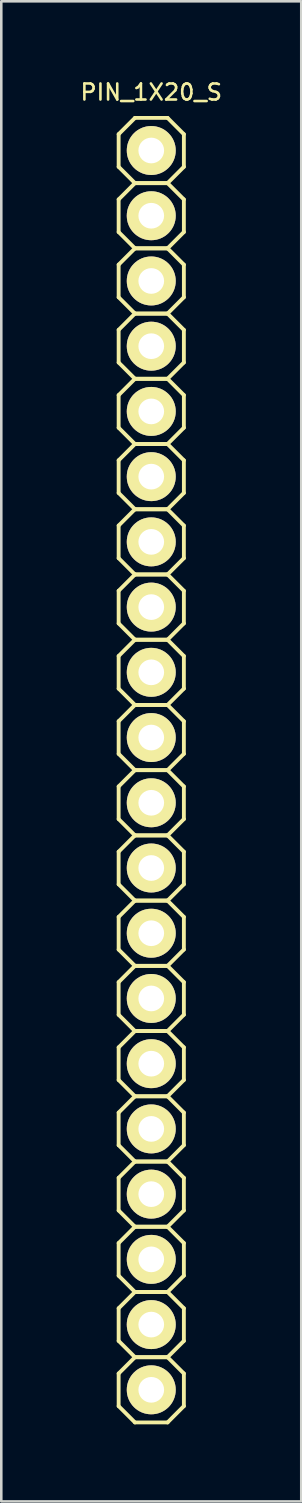
<source format=kicad_pcb>
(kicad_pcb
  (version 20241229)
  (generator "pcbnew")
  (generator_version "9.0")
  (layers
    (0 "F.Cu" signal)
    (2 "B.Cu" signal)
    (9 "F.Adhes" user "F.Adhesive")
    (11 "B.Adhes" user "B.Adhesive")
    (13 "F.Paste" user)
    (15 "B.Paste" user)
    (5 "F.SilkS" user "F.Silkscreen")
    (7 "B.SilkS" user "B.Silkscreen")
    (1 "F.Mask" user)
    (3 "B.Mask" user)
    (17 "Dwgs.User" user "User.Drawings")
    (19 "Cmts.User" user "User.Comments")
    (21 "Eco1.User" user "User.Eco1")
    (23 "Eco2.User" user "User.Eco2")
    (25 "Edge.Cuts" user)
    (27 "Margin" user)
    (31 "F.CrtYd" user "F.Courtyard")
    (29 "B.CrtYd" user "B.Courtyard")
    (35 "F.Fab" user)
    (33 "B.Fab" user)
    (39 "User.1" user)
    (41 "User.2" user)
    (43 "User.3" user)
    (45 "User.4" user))
  (footprint "PIN_1X20_S"
    (layer "F.Cu")
    (at 2.84 26.941)
    (property "Reference" "PIN_1X20_S" (at 0 -26.4 0) (layer "F.SilkS") (effects (font (size 0.625 0.625) (thickness 0.1))))
    (attr through_hole)
    (fp_line (start -1.27 -24.765) (end -1.27 -23.495) (stroke (width 0.15) (type solid)) (layer "F.SilkS"))
    (fp_line (start -1.27 -23.495) (end -0.635 -22.86) (stroke (width 0.15) (type solid)) (layer "F.SilkS"))
    (fp_line (start -1.27 -22.225) (end -1.27 -20.955) (stroke (width 0.15) (type solid)) (layer "F.SilkS"))
    (fp_line (start -1.27 -20.955) (end -0.635 -20.32) (stroke (width 0.15) (type solid)) (layer "F.SilkS"))
    (fp_line (start -1.27 -19.685) (end -1.27 -18.415) (stroke (width 0.15) (type solid)) (layer "F.SilkS"))
    (fp_line (start -1.27 -18.415) (end -0.635 -17.78) (stroke (width 0.15) (type solid)) (layer "F.SilkS"))
    (fp_line (start -1.27 -17.145) (end -1.27 -15.875) (stroke (width 0.15) (type solid)) (layer "F.SilkS"))
    (fp_line (start -1.27 -15.875) (end -0.635 -15.24) (stroke (width 0.15) (type solid)) (layer "F.SilkS"))
    (fp_line (start -1.27 -14.605) (end -1.27 -13.335) (stroke (width 0.15) (type solid)) (layer "F.SilkS"))
    (fp_line (start -1.27 -13.335) (end -0.635 -12.7) (stroke (width 0.15) (type solid)) (layer "F.SilkS"))
    (fp_line (start -1.27 -12.065) (end -1.27 -10.795) (stroke (width 0.15) (type solid)) (layer "F.SilkS"))
    (fp_line (start -1.27 -10.795) (end -0.635 -10.16) (stroke (width 0.15) (type solid)) (layer "F.SilkS"))
    (fp_line (start -1.27 -9.525) (end -1.27 -8.255) (stroke (width 0.15) (type solid)) (layer "F.SilkS"))
    (fp_line (start -1.27 -8.255) (end -0.635 -7.62) (stroke (width 0.15) (type solid)) (layer "F.SilkS"))
    (fp_line (start -1.27 -6.985) (end -1.27 -5.715) (stroke (width 0.15) (type solid)) (layer "F.SilkS"))
    (fp_line (start -1.27 -5.715) (end -0.635 -5.08) (stroke (width 0.15) (type solid)) (layer "F.SilkS"))
    (fp_line (start -1.27 -4.445) (end -1.27 -3.175) (stroke (width 0.15) (type solid)) (layer "F.SilkS"))
    (fp_line (start -1.27 -3.175) (end -0.635 -2.54) (stroke (width 0.15) (type solid)) (layer "F.SilkS"))
    (fp_line (start -1.27 -1.905) (end -1.27 -0.635) (stroke (width 0.15) (type solid)) (layer "F.SilkS"))
    (fp_line (start -1.27 -0.635) (end -0.635 0) (stroke (width 0.15) (type solid)) (layer "F.SilkS"))
    (fp_line (start -1.27 0.635) (end -1.27 1.905) (stroke (width 0.15) (type solid)) (layer "F.SilkS"))
    (fp_line (start -1.27 1.905) (end -0.635 2.54) (stroke (width 0.15) (type solid)) (layer "F.SilkS"))
    (fp_line (start -1.27 3.175) (end -1.27 4.445) (stroke (width 0.15) (type solid)) (layer "F.SilkS"))
    (fp_line (start -1.27 4.445) (end -0.635 5.08) (stroke (width 0.15) (type solid)) (layer "F.SilkS"))
    (fp_line (start -1.27 5.715) (end -1.27 6.985) (stroke (width 0.15) (type solid)) (layer "F.SilkS"))
    (fp_line (start -1.27 6.985) (end -0.635 7.62) (stroke (width 0.15) (type solid)) (layer "F.SilkS"))
    (fp_line (start -1.27 8.255) (end -1.27 9.525) (stroke (width 0.15) (type solid)) (layer "F.SilkS"))
    (fp_line (start -1.27 9.525) (end -0.635 10.16) (stroke (width 0.15) (type solid)) (layer "F.SilkS"))
    (fp_line (start -1.27 10.795) (end -1.27 12.065) (stroke (width 0.15) (type solid)) (layer "F.SilkS"))
    (fp_line (start -1.27 12.065) (end -0.635 12.7) (stroke (width 0.15) (type solid)) (layer "F.SilkS"))
    (fp_line (start -1.27 13.335) (end -1.27 14.605) (stroke (width 0.15) (type solid)) (layer "F.SilkS"))
    (fp_line (start -1.27 14.605) (end -0.635 15.24) (stroke (width 0.15) (type solid)) (layer "F.SilkS"))
    (fp_line (start -1.27 15.875) (end -1.27 17.145) (stroke (width 0.15) (type solid)) (layer "F.SilkS"))
    (fp_line (start -1.27 17.145) (end -0.635 17.78) (stroke (width 0.15) (type solid)) (layer "F.SilkS"))
    (fp_line (start -1.27 18.415) (end -1.27 19.685) (stroke (width 0.15) (type solid)) (layer "F.SilkS"))
    (fp_line (start -1.27 19.685) (end -0.635 20.32) (stroke (width 0.15) (type solid)) (layer "F.SilkS"))
    (fp_line (start -1.27 20.955) (end -1.27 22.225) (stroke (width 0.15) (type solid)) (layer "F.SilkS"))
    (fp_line (start -1.27 22.225) (end -0.635 22.86) (stroke (width 0.15) (type solid)) (layer "F.SilkS"))
    (fp_line (start -1.27 23.495) (end -1.27 24.765) (stroke (width 0.15) (type solid)) (layer "F.SilkS"))
    (fp_line (start -1.27 24.765) (end -0.635 25.4) (stroke (width 0.15) (type solid)) (layer "F.SilkS"))
    (fp_line (start -0.635 -25.4) (end -1.27 -24.765) (stroke (width 0.15) (type solid)) (layer "F.SilkS"))
    (fp_line (start -0.635 -22.86) (end -1.27 -22.225) (stroke (width 0.15) (type solid)) (layer "F.SilkS"))
    (fp_line (start -0.635 -22.86) (end 0.635 -22.86) (stroke (width 0.15) (type solid)) (layer "F.SilkS"))
    (fp_line (start -0.635 -20.32) (end -1.27 -19.685) (stroke (width 0.15) (type solid)) (layer "F.SilkS"))
    (fp_line (start -0.635 -20.32) (end 0.635 -20.32) (stroke (width 0.15) (type solid)) (layer "F.SilkS"))
    (fp_line (start -0.635 -17.78) (end -1.27 -17.145) (stroke (width 0.15) (type solid)) (layer "F.SilkS"))
    (fp_line (start -0.635 -17.78) (end 0.635 -17.78) (stroke (width 0.15) (type solid)) (layer "F.SilkS"))
    (fp_line (start -0.635 -15.24) (end -1.27 -14.605) (stroke (width 0.15) (type solid)) (layer "F.SilkS"))
    (fp_line (start -0.635 -15.24) (end 0.635 -15.24) (stroke (width 0.15) (type solid)) (layer "F.SilkS"))
    (fp_line (start -0.635 -12.7) (end -1.27 -12.065) (stroke (width 0.15) (type solid)) (layer "F.SilkS"))
    (fp_line (start -0.635 -12.7) (end 0.635 -12.7) (stroke (width 0.15) (type solid)) (layer "F.SilkS"))
    (fp_line (start -0.635 -10.16) (end -1.27 -9.525) (stroke (width 0.15) (type solid)) (layer "F.SilkS"))
    (fp_line (start -0.635 -10.16) (end 0.635 -10.16) (stroke (width 0.15) (type solid)) (layer "F.SilkS"))
    (fp_line (start -0.635 -7.62) (end -1.27 -6.985) (stroke (width 0.15) (type solid)) (layer "F.SilkS"))
    (fp_line (start -0.635 -7.62) (end 0.635 -7.62) (stroke (width 0.15) (type solid)) (layer "F.SilkS"))
    (fp_line (start -0.635 -5.08) (end -1.27 -4.445) (stroke (width 0.15) (type solid)) (layer "F.SilkS"))
    (fp_line (start -0.635 -5.08) (end 0.635 -5.08) (stroke (width 0.15) (type solid)) (layer "F.SilkS"))
    (fp_line (start -0.635 -2.54) (end -1.27 -1.905) (stroke (width 0.15) (type solid)) (layer "F.SilkS"))
    (fp_line (start -0.635 -2.54) (end 0.635 -2.54) (stroke (width 0.15) (type solid)) (layer "F.SilkS"))
    (fp_line (start -0.635 0) (end -1.27 0.635) (stroke (width 0.15) (type solid)) (layer "F.SilkS"))
    (fp_line (start -0.635 0) (end 0.635 0) (stroke (width 0.15) (type solid)) (layer "F.SilkS"))
    (fp_line (start -0.635 2.54) (end -1.27 3.175) (stroke (width 0.15) (type solid)) (layer "F.SilkS"))
    (fp_line (start -0.635 2.54) (end 0.635 2.54) (stroke (width 0.15) (type solid)) (layer "F.SilkS"))
    (fp_line (start -0.635 5.08) (end -1.27 5.715) (stroke (width 0.15) (type solid)) (layer "F.SilkS"))
    (fp_line (start -0.635 5.08) (end 0.635 5.08) (stroke (width 0.15) (type solid)) (layer "F.SilkS"))
    (fp_line (start -0.635 7.62) (end -1.27 8.255) (stroke (width 0.15) (type solid)) (layer "F.SilkS"))
    (fp_line (start -0.635 7.62) (end 0.635 7.62) (stroke (width 0.15) (type solid)) (layer "F.SilkS"))
    (fp_line (start -0.635 10.16) (end -1.27 10.795) (stroke (width 0.15) (type solid)) (layer "F.SilkS"))
    (fp_line (start -0.635 10.16) (end 0.635 10.16) (stroke (width 0.15) (type solid)) (layer "F.SilkS"))
    (fp_line (start -0.635 12.7) (end -1.27 13.335) (stroke (width 0.15) (type solid)) (layer "F.SilkS"))
    (fp_line (start -0.635 12.7) (end 0.635 12.7) (stroke (width 0.15) (type solid)) (layer "F.SilkS"))
    (fp_line (start -0.635 15.24) (end -1.27 15.875) (stroke (width 0.15) (type solid)) (layer "F.SilkS"))
    (fp_line (start -0.635 15.24) (end 0.635 15.24) (stroke (width 0.15) (type solid)) (layer "F.SilkS"))
    (fp_line (start -0.635 17.78) (end -1.27 18.415) (stroke (width 0.15) (type solid)) (layer "F.SilkS"))
    (fp_line (start -0.635 17.78) (end 0.635 17.78) (stroke (width 0.15) (type solid)) (layer "F.SilkS"))
    (fp_line (start -0.635 20.32) (end -1.27 20.955) (stroke (width 0.15) (type solid)) (layer "F.SilkS"))
    (fp_line (start -0.635 20.32) (end 0.635 20.32) (stroke (width 0.15) (type solid)) (layer "F.SilkS"))
    (fp_line (start -0.635 22.86) (end -1.27 23.495) (stroke (width 0.15) (type solid)) (layer "F.SilkS"))
    (fp_line (start -0.635 22.86) (end 0.635 22.86) (stroke (width 0.15) (type solid)) (layer "F.SilkS"))
    (fp_line (start -0.635 25.4) (end 0.635 25.4) (stroke (width 0.15) (type solid)) (layer "F.SilkS"))
    (fp_line (start 0.635 -25.4) (end -0.635 -25.4) (stroke (width 0.15) (type solid)) (layer "F.SilkS"))
    (fp_line (start 0.635 -22.86) (end -0.635 -22.86) (stroke (width 0.15) (type solid)) (layer "F.SilkS"))
    (fp_line (start 0.635 -22.86) (end 1.27 -23.495) (stroke (width 0.15) (type solid)) (layer "F.SilkS"))
    (fp_line (start 0.635 -20.32) (end -0.635 -20.32) (stroke (width 0.15) (type solid)) (layer "F.SilkS"))
    (fp_line (start 0.635 -20.32) (end 1.27 -20.955) (stroke (width 0.15) (type solid)) (layer "F.SilkS"))
    (fp_line (start 0.635 -17.78) (end -0.635 -17.78) (stroke (width 0.15) (type solid)) (layer "F.SilkS"))
    (fp_line (start 0.635 -17.78) (end 1.27 -18.415) (stroke (width 0.15) (type solid)) (layer "F.SilkS"))
    (fp_line (start 0.635 -15.24) (end -0.635 -15.24) (stroke (width 0.15) (type solid)) (layer "F.SilkS"))
    (fp_line (start 0.635 -15.24) (end 1.27 -15.875) (stroke (width 0.15) (type solid)) (layer "F.SilkS"))
    (fp_line (start 0.635 -12.7) (end -0.635 -12.7) (stroke (width 0.15) (type solid)) (layer "F.SilkS"))
    (fp_line (start 0.635 -12.7) (end 1.27 -13.335) (stroke (width 0.15) (type solid)) (layer "F.SilkS"))
    (fp_line (start 0.635 -10.16) (end -0.635 -10.16) (stroke (width 0.15) (type solid)) (layer "F.SilkS"))
    (fp_line (start 0.635 -10.16) (end 1.27 -10.795) (stroke (width 0.15) (type solid)) (layer "F.SilkS"))
    (fp_line (start 0.635 -7.62) (end -0.635 -7.62) (stroke (width 0.15) (type solid)) (layer "F.SilkS"))
    (fp_line (start 0.635 -7.62) (end 1.27 -8.255) (stroke (width 0.15) (type solid)) (layer "F.SilkS"))
    (fp_line (start 0.635 -5.08) (end -0.635 -5.08) (stroke (width 0.15) (type solid)) (layer "F.SilkS"))
    (fp_line (start 0.635 -5.08) (end 1.27 -5.715) (stroke (width 0.15) (type solid)) (layer "F.SilkS"))
    (fp_line (start 0.635 -2.54) (end -0.635 -2.54) (stroke (width 0.15) (type solid)) (layer "F.SilkS"))
    (fp_line (start 0.635 -2.54) (end 1.27 -3.175) (stroke (width 0.15) (type solid)) (layer "F.SilkS"))
    (fp_line (start 0.635 0) (end -0.635 0) (stroke (width 0.15) (type solid)) (layer "F.SilkS"))
    (fp_line (start 0.635 0) (end 1.27 -0.635) (stroke (width 0.15) (type solid)) (layer "F.SilkS"))
    (fp_line (start 0.635 2.54) (end -0.635 2.54) (stroke (width 0.15) (type solid)) (layer "F.SilkS"))
    (fp_line (start 0.635 2.54) (end 1.27 1.905) (stroke (width 0.15) (type solid)) (layer "F.SilkS"))
    (fp_line (start 0.635 5.08) (end -0.635 5.08) (stroke (width 0.15) (type solid)) (layer "F.SilkS"))
    (fp_line (start 0.635 5.08) (end 1.27 4.445) (stroke (width 0.15) (type solid)) (layer "F.SilkS"))
    (fp_line (start 0.635 7.62) (end -0.635 7.62) (stroke (width 0.15) (type solid)) (layer "F.SilkS"))
    (fp_line (start 0.635 7.62) (end 1.27 6.985) (stroke (width 0.15) (type solid)) (layer "F.SilkS"))
    (fp_line (start 0.635 10.16) (end -0.635 10.16) (stroke (width 0.15) (type solid)) (layer "F.SilkS"))
    (fp_line (start 0.635 10.16) (end 1.27 9.525) (stroke (width 0.15) (type solid)) (layer "F.SilkS"))
    (fp_line (start 0.635 12.7) (end -0.635 12.7) (stroke (width 0.15) (type solid)) (layer "F.SilkS"))
    (fp_line (start 0.635 12.7) (end 1.27 12.065) (stroke (width 0.15) (type solid)) (layer "F.SilkS"))
    (fp_line (start 0.635 15.24) (end -0.635 15.24) (stroke (width 0.15) (type solid)) (layer "F.SilkS"))
    (fp_line (start 0.635 15.24) (end 1.27 14.605) (stroke (width 0.15) (type solid)) (layer "F.SilkS"))
    (fp_line (start 0.635 17.78) (end -0.635 17.78) (stroke (width 0.15) (type solid)) (layer "F.SilkS"))
    (fp_line (start 0.635 17.78) (end 1.27 17.145) (stroke (width 0.15) (type solid)) (layer "F.SilkS"))
    (fp_line (start 0.635 20.32) (end -0.635 20.32) (stroke (width 0.15) (type solid)) (layer "F.SilkS"))
    (fp_line (start 0.635 20.32) (end 1.27 19.685) (stroke (width 0.15) (type solid)) (layer "F.SilkS"))
    (fp_line (start 0.635 22.86) (end -0.635 22.86) (stroke (width 0.15) (type solid)) (layer "F.SilkS"))
    (fp_line (start 0.635 22.86) (end 1.27 22.225) (stroke (width 0.15) (type solid)) (layer "F.SilkS"))
    (fp_line (start 0.635 25.4) (end 1.27 24.765) (stroke (width 0.15) (type solid)) (layer "F.SilkS"))
    (fp_line (start 1.27 -24.765) (end 0.635 -25.4) (stroke (width 0.15) (type solid)) (layer "F.SilkS"))
    (fp_line (start 1.27 -23.495) (end 1.27 -24.765) (stroke (width 0.15) (type solid)) (layer "F.SilkS"))
    (fp_line (start 1.27 -22.225) (end 0.635 -22.86) (stroke (width 0.15) (type solid)) (layer "F.SilkS"))
    (fp_line (start 1.27 -20.955) (end 1.27 -22.225) (stroke (width 0.15) (type solid)) (layer "F.SilkS"))
    (fp_line (start 1.27 -19.685) (end 0.635 -20.32) (stroke (width 0.15) (type solid)) (layer "F.SilkS"))
    (fp_line (start 1.27 -18.415) (end 1.27 -19.685) (stroke (width 0.15) (type solid)) (layer "F.SilkS"))
    (fp_line (start 1.27 -17.145) (end 0.635 -17.78) (stroke (width 0.15) (type solid)) (layer "F.SilkS"))
    (fp_line (start 1.27 -15.875) (end 1.27 -17.145) (stroke (width 0.15) (type solid)) (layer "F.SilkS"))
    (fp_line (start 1.27 -14.605) (end 0.635 -15.24) (stroke (width 0.15) (type solid)) (layer "F.SilkS"))
    (fp_line (start 1.27 -13.335) (end 1.27 -14.605) (stroke (width 0.15) (type solid)) (layer "F.SilkS"))
    (fp_line (start 1.27 -12.065) (end 0.635 -12.7) (stroke (width 0.15) (type solid)) (layer "F.SilkS"))
    (fp_line (start 1.27 -10.795) (end 1.27 -12.065) (stroke (width 0.15) (type solid)) (layer "F.SilkS"))
    (fp_line (start 1.27 -9.525) (end 0.635 -10.16) (stroke (width 0.15) (type solid)) (layer "F.SilkS"))
    (fp_line (start 1.27 -8.255) (end 1.27 -9.525) (stroke (width 0.15) (type solid)) (layer "F.SilkS"))
    (fp_line (start 1.27 -6.985) (end 0.635 -7.62) (stroke (width 0.15) (type solid)) (layer "F.SilkS"))
    (fp_line (start 1.27 -5.715) (end 1.27 -6.985) (stroke (width 0.15) (type solid)) (layer "F.SilkS"))
    (fp_line (start 1.27 -4.445) (end 0.635 -5.08) (stroke (width 0.15) (type solid)) (layer "F.SilkS"))
    (fp_line (start 1.27 -3.175) (end 1.27 -4.445) (stroke (width 0.15) (type solid)) (layer "F.SilkS"))
    (fp_line (start 1.27 -1.905) (end 0.635 -2.54) (stroke (width 0.15) (type solid)) (layer "F.SilkS"))
    (fp_line (start 1.27 -0.635) (end 1.27 -1.905) (stroke (width 0.15) (type solid)) (layer "F.SilkS"))
    (fp_line (start 1.27 0.635) (end 0.635 0) (stroke (width 0.15) (type solid)) (layer "F.SilkS"))
    (fp_line (start 1.27 1.905) (end 1.27 0.635) (stroke (width 0.15) (type solid)) (layer "F.SilkS"))
    (fp_line (start 1.27 3.175) (end 0.635 2.54) (stroke (width 0.15) (type solid)) (layer "F.SilkS"))
    (fp_line (start 1.27 4.445) (end 1.27 3.175) (stroke (width 0.15) (type solid)) (layer "F.SilkS"))
    (fp_line (start 1.27 5.715) (end 0.635 5.08) (stroke (width 0.15) (type solid)) (layer "F.SilkS"))
    (fp_line (start 1.27 6.985) (end 1.27 5.715) (stroke (width 0.15) (type solid)) (layer "F.SilkS"))
    (fp_line (start 1.27 8.255) (end 0.635 7.62) (stroke (width 0.15) (type solid)) (layer "F.SilkS"))
    (fp_line (start 1.27 9.525) (end 1.27 8.255) (stroke (width 0.15) (type solid)) (layer "F.SilkS"))
    (fp_line (start 1.27 10.795) (end 0.635 10.16) (stroke (width 0.15) (type solid)) (layer "F.SilkS"))
    (fp_line (start 1.27 12.065) (end 1.27 10.795) (stroke (width 0.15) (type solid)) (layer "F.SilkS"))
    (fp_line (start 1.27 13.335) (end 0.635 12.7) (stroke (width 0.15) (type solid)) (layer "F.SilkS"))
    (fp_line (start 1.27 14.605) (end 1.27 13.335) (stroke (width 0.15) (type solid)) (layer "F.SilkS"))
    (fp_line (start 1.27 15.875) (end 0.635 15.24) (stroke (width 0.15) (type solid)) (layer "F.SilkS"))
    (fp_line (start 1.27 17.145) (end 1.27 15.875) (stroke (width 0.15) (type solid)) (layer "F.SilkS"))
    (fp_line (start 1.27 18.415) (end 0.635 17.78) (stroke (width 0.15) (type solid)) (layer "F.SilkS"))
    (fp_line (start 1.27 19.685) (end 1.27 18.415) (stroke (width 0.15) (type solid)) (layer "F.SilkS"))
    (fp_line (start 1.27 20.955) (end 0.635 20.32) (stroke (width 0.15) (type solid)) (layer "F.SilkS"))
    (fp_line (start 1.27 22.225) (end 1.27 20.955) (stroke (width 0.15) (type solid)) (layer "F.SilkS"))
    (fp_line (start 1.27 23.495) (end 0.635 22.86) (stroke (width 0.15) (type solid)) (layer "F.SilkS"))
    (fp_line (start 1.27 24.765) (end 1.27 23.495) (stroke (width 0.15) (type solid)) (layer "F.SilkS"))
    (pad "1" thru_hole circle (at 0 -24.13) (size 1.906 1.906) (drill 1) (layers "*.Cu" "*.Mask" "F.SilkS"))
    (pad "2" thru_hole circle (at 0 -21.59) (size 1.906 1.906) (drill 1) (layers "*.Cu" "*.Mask" "F.SilkS"))
    (pad "3" thru_hole circle (at 0 -19.05) (size 1.906 1.906) (drill 1) (layers "*.Cu" "*.Mask" "F.SilkS"))
    (pad "4" thru_hole circle (at 0 -16.51) (size 1.906 1.906) (drill 1) (layers "*.Cu" "*.Mask" "F.SilkS"))
    (pad "5" thru_hole circle (at 0 -13.97) (size 1.906 1.906) (drill 1) (layers "*.Cu" "*.Mask" "F.SilkS"))
    (pad "6" thru_hole circle (at 0 -11.43) (size 1.906 1.906) (drill 1) (layers "*.Cu" "*.Mask" "F.SilkS"))
    (pad "7" thru_hole circle (at 0 -8.89) (size 1.906 1.906) (drill 1) (layers "*.Cu" "*.Mask" "F.SilkS"))
    (pad "8" thru_hole circle (at 0 -6.35) (size 1.906 1.906) (drill 1) (layers "*.Cu" "*.Mask" "F.SilkS"))
    (pad "9" thru_hole circle (at 0 -3.81) (size 1.906 1.906) (drill 1) (layers "*.Cu" "*.Mask" "F.SilkS"))
    (pad "10" thru_hole circle (at 0 -1.27) (size 1.906 1.906) (drill 1) (layers "*.Cu" "*.Mask" "F.SilkS"))
    (pad "11" thru_hole circle (at 0 1.27) (size 1.906 1.906) (drill 1) (layers "*.Cu" "*.Mask" "F.SilkS"))
    (pad "12" thru_hole circle (at 0 3.81) (size 1.906 1.906) (drill 1) (layers "*.Cu" "*.Mask" "F.SilkS"))
    (pad "13" thru_hole circle (at 0 6.35) (size 1.906 1.906) (drill 1) (layers "*.Cu" "*.Mask" "F.SilkS"))
    (pad "14" thru_hole circle (at 0 8.89) (size 1.906 1.906) (drill 1) (layers "*.Cu" "*.Mask" "F.SilkS"))
    (pad "15" thru_hole circle (at 0 11.43) (size 1.906 1.906) (drill 1) (layers "*.Cu" "*.Mask" "F.SilkS"))
    (pad "16" thru_hole circle (at 0 13.97) (size 1.906 1.906) (drill 1) (layers "*.Cu" "*.Mask" "F.SilkS"))
    (pad "17" thru_hole circle (at 0 16.51) (size 1.906 1.906) (drill 1) (layers "*.Cu" "*.Mask" "F.SilkS"))
    (pad "18" thru_hole circle (at 0 19.05) (size 1.906 1.906) (drill 1) (layers "*.Cu" "*.Mask" "F.SilkS"))
    (pad "19" thru_hole circle (at 0 21.59) (size 1.906 1.906) (drill 1) (layers "*.Cu" "*.Mask" "F.SilkS"))
    (pad "20" thru_hole circle (at 0 24.13) (size 1.906 1.906) (drill 1) (layers "*.Cu" "*.Mask" "F.SilkS")))
  (gr_rect
    (start -3 -3)
    (end 8.681 55.416)
    (stroke (width 0.1) (type default))
    (fill no)
    (layer "Edge.Cuts")))
</source>
